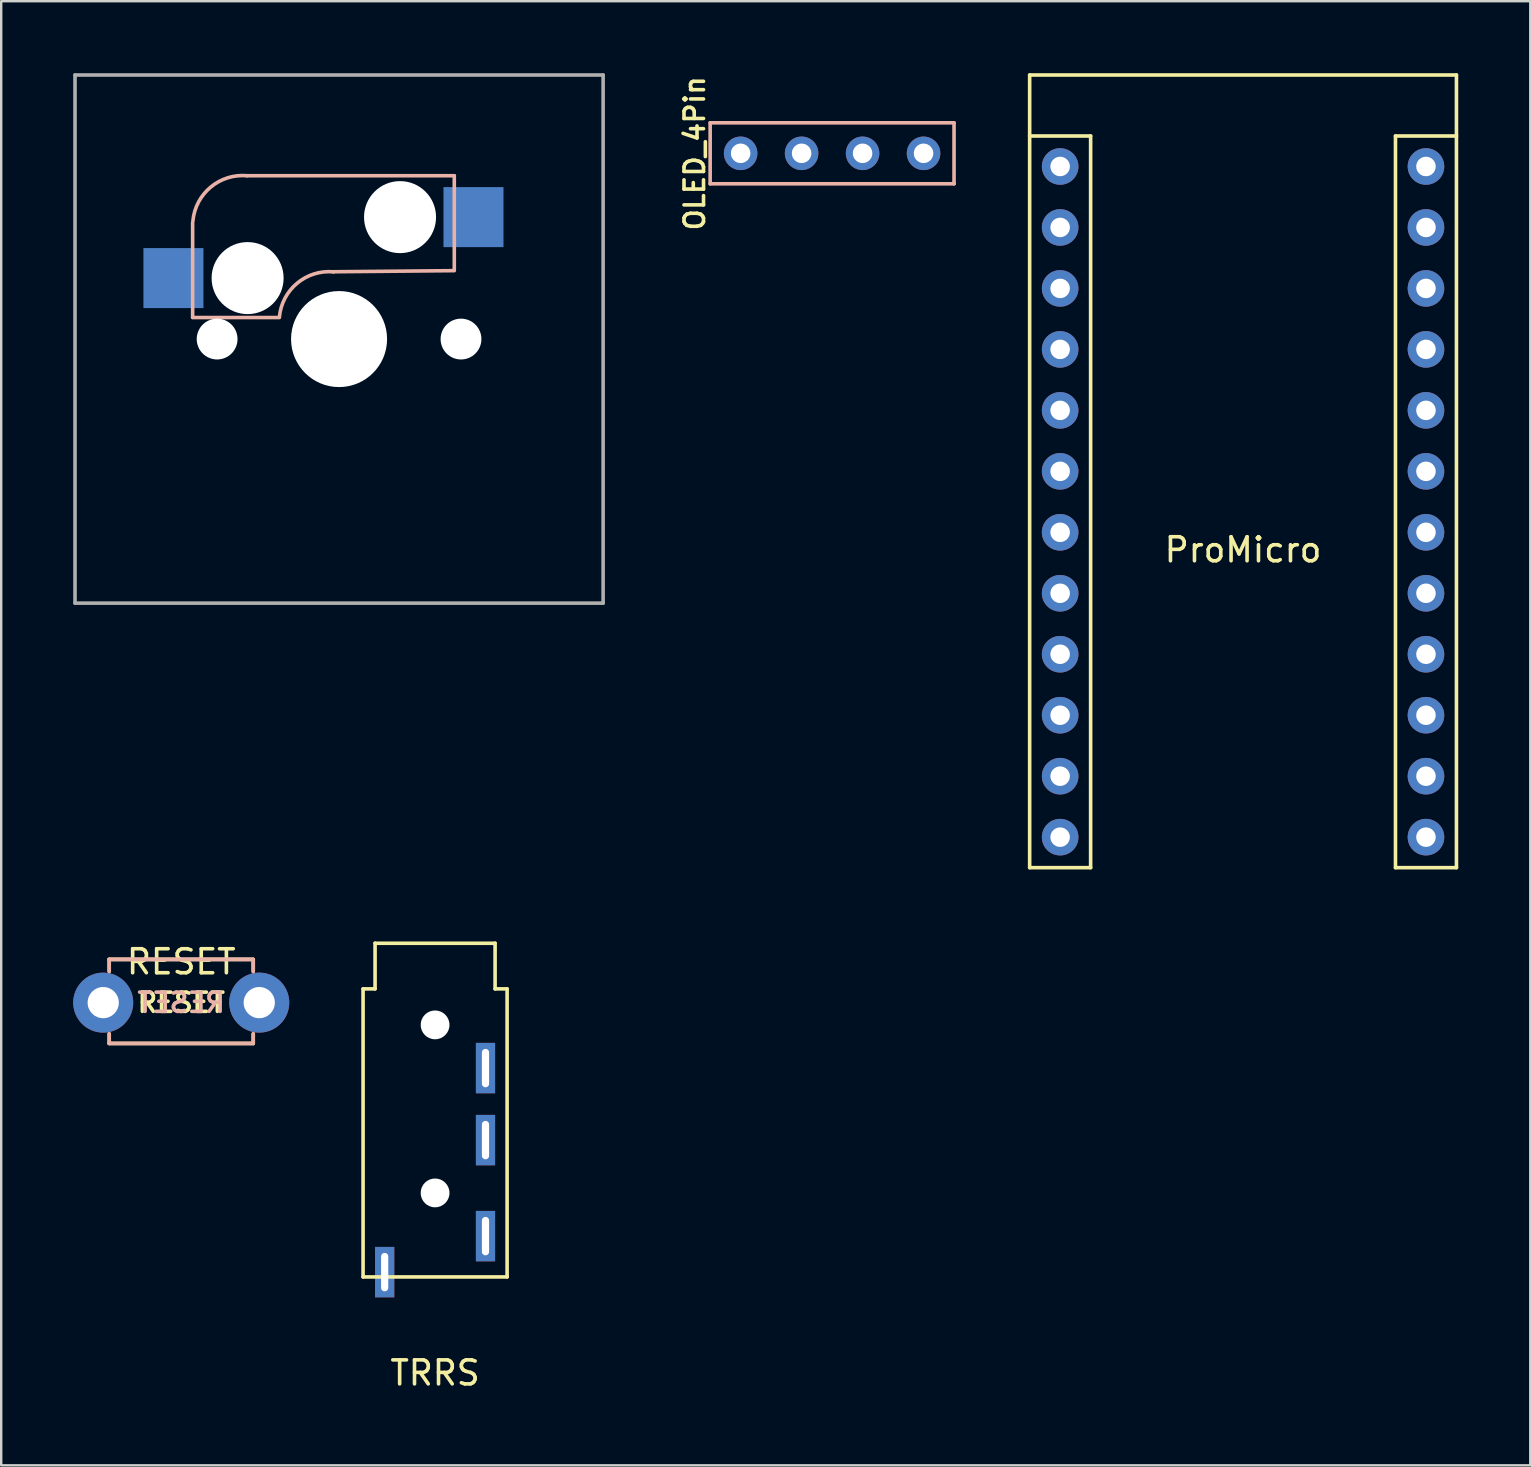
<source format=kicad_pcb>
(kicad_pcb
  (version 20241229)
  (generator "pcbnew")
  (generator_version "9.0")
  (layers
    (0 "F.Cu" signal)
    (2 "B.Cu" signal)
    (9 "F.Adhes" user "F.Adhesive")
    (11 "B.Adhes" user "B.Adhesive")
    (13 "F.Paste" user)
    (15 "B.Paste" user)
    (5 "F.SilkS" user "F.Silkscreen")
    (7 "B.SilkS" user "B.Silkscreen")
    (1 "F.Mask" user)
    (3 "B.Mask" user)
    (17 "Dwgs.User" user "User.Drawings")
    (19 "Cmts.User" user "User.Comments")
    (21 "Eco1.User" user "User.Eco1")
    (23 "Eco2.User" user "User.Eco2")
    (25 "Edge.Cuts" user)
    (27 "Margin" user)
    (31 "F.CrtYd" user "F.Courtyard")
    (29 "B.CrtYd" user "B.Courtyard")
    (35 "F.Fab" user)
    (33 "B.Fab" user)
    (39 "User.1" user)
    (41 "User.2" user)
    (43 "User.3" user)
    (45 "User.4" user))
  (footprint "TRRS"
    (layer "F.Cu")
    (at 15.075 47.145)
    (property "Reference" "TRRS" (at 0 7 0) (layer "F.SilkS") (effects (font (size 1 1) (thickness 0.15))))
    (attr through_hole)
    (fp_line (start -3 -9) (end -2.5 -9) (stroke (width 0.15) (type solid)) (layer "F.SilkS"))
    (fp_line (start -3 3) (end -3 -9) (stroke (width 0.15) (type solid)) (layer "F.SilkS"))
    (fp_line (start -2.5 -10.9) (end 2.5 -10.9) (stroke (width 0.15) (type solid)) (layer "F.SilkS"))
    (fp_line (start -2.5 -9) (end -2.5 -10.9) (stroke (width 0.15) (type solid)) (layer "F.SilkS"))
    (fp_line (start 2.5 -9) (end 2.5 -10.9) (stroke (width 0.15) (type solid)) (layer "F.SilkS"))
    (fp_line (start 3 -9) (end 2.5 -9) (stroke (width 0.15) (type solid)) (layer "F.SilkS"))
    (fp_line (start 3 -9) (end 3 3) (stroke (width 0.15) (type solid)) (layer "F.SilkS"))
    (fp_line (start 3 3) (end -3 3) (stroke (width 0.15) (type solid)) (layer "F.SilkS"))
    (pad "" np_thru_hole circle (at 0 -7.5) (size 1.2 1.2) (drill 1.2) (layers "*.Cu" "*.Mask"))
    (pad "" np_thru_hole circle (at 0 -0.5) (size 1.2 1.2) (drill 1.2) (layers "*.Cu" "*.Mask"))
    (pad "A" thru_hole rect (at -2.1 2.8) (size 0.8 2.1) (drill oval 0.3 1.6) (layers "*.Cu" "*.Mask"))
    (pad "B" thru_hole rect (at 2.1 -5.7) (size 0.8 2.1) (drill oval 0.3 1.6) (layers "*.Cu" "*.Mask"))
    (pad "C" thru_hole rect (at 2.1 -2.7) (size 0.8 2.1) (drill oval 0.3 1.6) (layers "*.Cu" "*.Mask"))
    (pad "D" thru_hole rect (at 2.1 1.3) (size 0.8 2.1) (drill oval 0.3 1.6) (layers "*.Cu" "*.Mask")))
  (footprint "RESET"
    (layer "F.Cu")
    (at 4.5 38.718)
    (property "Reference" "RESET" (at 0 -1.7 0) (layer "F.SilkS") (effects (font (size 1 1) (thickness 0.15))))
    (attr through_hole)
    (fp_line (start -3 -1.8) (end -3 -1.3) (stroke (width 0.15) (type solid)) (layer "F.SilkS"))
    (fp_line (start -3 1.7) (end -3 1.3) (stroke (width 0.15) (type solid)) (layer "F.SilkS"))
    (fp_line (start -3 1.7) (end 3 1.7) (stroke (width 0.15) (type solid)) (layer "F.SilkS"))
    (fp_line (start 3 -1.8) (end -3 -1.8) (stroke (width 0.15) (type solid)) (layer "F.SilkS"))
    (fp_line (start 3 -1.8) (end 3 -1.3) (stroke (width 0.15) (type solid)) (layer "F.SilkS"))
    (fp_line (start 3 1.7) (end 3 1.3) (stroke (width 0.15) (type solid)) (layer "F.SilkS"))
    (fp_line (start -3 -1.8) (end -3 -1.3) (stroke (width 0.15) (type solid)) (layer "B.SilkS"))
    (fp_line (start -3 -1.8) (end 2.9 -1.8) (stroke (width 0.15) (type solid)) (layer "B.SilkS"))
    (fp_line (start -3 -1.8) (end 3 -1.8) (stroke (width 0.15) (type solid)) (layer "B.SilkS"))
    (fp_line (start -3 1.7) (end -3 1.3) (stroke (width 0.15) (type solid)) (layer "B.SilkS"))
    (fp_line (start 3 -1.8) (end 3 -1.3) (stroke (width 0.15) (type solid)) (layer "B.SilkS"))
    (fp_line (start 3 1.7) (end -3 1.7) (stroke (width 0.15) (type solid)) (layer "B.SilkS"))
    (fp_line (start 3 1.7) (end 3 1.3) (stroke (width 0.15) (type solid)) (layer "B.SilkS"))
    (fp_text user "RESET" (at 0 0 0) (layer "F.SilkS") (effects (font (size 0.8 0.8) (thickness 0.15))))
    (fp_text user "RESET" (at 0 0 180) (layer "B.SilkS") (effects (font (size 0.8 0.8) (thickness 0.15)) (justify mirror)))
    (pad "1" thru_hole circle (at -3.25 0) (size 2.5 2.5) (drill 1.3) (layers "*.Cu" "*.Mask"))
    (pad "2" thru_hole circle (at 3.25 0) (size 2.5 2.5) (drill 1.3) (layers "*.Cu" "*.Mask")))
  (footprint "OLED_4Pin"
    (layer "F.Cu")
    (at 31.604 3.337)
    (property "Reference" "OLED_4Pin" (at -5.715 0 90) (layer "F.SilkS") (effects (font (size 0.813 0.813) (thickness 0.15))))
    (attr through_hole)
    (fp_line (start -5.07 -1.27) (end 5.09 -1.27) (stroke (width 0.15) (type solid)) (layer "B.SilkS"))
    (fp_line (start -5.07 1.27) (end -5.07 -1.27) (stroke (width 0.15) (type solid)) (layer "B.SilkS"))
    (fp_line (start 5.09 -1.27) (end 5.09 1.27) (stroke (width 0.15) (type solid)) (layer "B.SilkS"))
    (fp_line (start 5.09 1.27) (end -5.07 1.27) (stroke (width 0.15) (type solid)) (layer "B.SilkS"))
    (pad "1" thru_hole circle (at -3.8 0) (size 1.397 1.397) (drill 0.813) (layers "*.Cu" "*.Mask"))
    (pad "2" thru_hole circle (at -1.26 0) (size 1.397 1.397) (drill 0.813) (layers "*.Cu" "*.Mask"))
    (pad "3" thru_hole circle (at 1.28 0) (size 1.397 1.397) (drill 0.813) (layers "*.Cu" "*.Mask"))
    (pad "4" thru_hole circle (at 3.82 0) (size 1.397 1.397) (drill 0.813) (layers "*.Cu" "*.Mask")))
  (footprint "ProMicro"
    (layer "F.Cu")
    (at 48.734 17.855)
    (property "Reference" "ProMicro" (at 0 2 0) (layer "F.SilkS") (effects (font (size 1 1) (thickness 0.15))))
    (attr through_hole)
    (fp_line (start -8.89 -17.78) (end 8.89 -17.78) (stroke (width 0.15) (type solid)) (layer "F.SilkS"))
    (fp_line (start -8.89 -15.24) (end -6.35 -15.24) (stroke (width 0.15) (type solid)) (layer "F.SilkS"))
    (fp_line (start -8.89 15.24) (end -8.89 -17.78) (stroke (width 0.15) (type solid)) (layer "F.SilkS"))
    (fp_line (start -6.35 -15.24) (end -6.35 15.24) (stroke (width 0.15) (type solid)) (layer "F.SilkS"))
    (fp_line (start -6.35 15.24) (end -8.89 15.24) (stroke (width 0.15) (type solid)) (layer "F.SilkS"))
    (fp_line (start 6.35 -15.24) (end 8.89 -15.24) (stroke (width 0.15) (type solid)) (layer "F.SilkS"))
    (fp_line (start 6.35 15.24) (end 6.35 -15.24) (stroke (width 0.15) (type solid)) (layer "F.SilkS"))
    (fp_line (start 8.89 -17.78) (end 8.89 15.24) (stroke (width 0.15) (type solid)) (layer "F.SilkS"))
    (fp_line (start 8.89 15.24) (end 6.35 15.24) (stroke (width 0.15) (type solid)) (layer "F.SilkS"))
    (pad "1" thru_hole circle (at -7.62 -13.97) (size 1.524 1.524) (drill 0.813) (layers "*.Cu" "*.Mask"))
    (pad "2" thru_hole circle (at -7.62 -11.43) (size 1.524 1.524) (drill 0.813) (layers "*.Cu" "*.Mask"))
    (pad "3" thru_hole circle (at -7.62 -8.89) (size 1.524 1.524) (drill 0.813) (layers "*.Cu" "*.Mask"))
    (pad "4" thru_hole circle (at -7.62 -6.35) (size 1.524 1.524) (drill 0.813) (layers "*.Cu" "*.Mask"))
    (pad "5" thru_hole circle (at -7.62 -3.81) (size 1.524 1.524) (drill 0.813) (layers "*.Cu" "*.Mask"))
    (pad "6" thru_hole circle (at -7.62 -1.27) (size 1.524 1.524) (drill 0.813) (layers "*.Cu" "*.Mask"))
    (pad "7" thru_hole circle (at -7.62 1.27) (size 1.524 1.524) (drill 0.813) (layers "*.Cu" "*.Mask"))
    (pad "8" thru_hole circle (at -7.62 3.81) (size 1.524 1.524) (drill 0.813) (layers "*.Cu" "*.Mask"))
    (pad "9" thru_hole circle (at -7.62 6.35) (size 1.524 1.524) (drill 0.813) (layers "*.Cu" "*.Mask"))
    (pad "10" thru_hole circle (at -7.62 8.89) (size 1.524 1.524) (drill 0.813) (layers "*.Cu" "*.Mask"))
    (pad "11" thru_hole circle (at -7.62 11.43) (size 1.524 1.524) (drill 0.813) (layers "*.Cu" "*.Mask"))
    (pad "12" thru_hole circle (at -7.62 13.97) (size 1.524 1.524) (drill 0.813) (layers "*.Cu" "*.Mask"))
    (pad "13" thru_hole circle (at 7.62 13.97) (size 1.524 1.524) (drill 0.813) (layers "*.Cu" "*.Mask"))
    (pad "14" thru_hole circle (at 7.62 11.43) (size 1.524 1.524) (drill 0.813) (layers "*.Cu" "*.Mask"))
    (pad "15" thru_hole circle (at 7.62 8.89) (size 1.524 1.524) (drill 0.813) (layers "*.Cu" "*.Mask"))
    (pad "16" thru_hole circle (at 7.62 6.35) (size 1.524 1.524) (drill 0.813) (layers "*.Cu" "*.Mask"))
    (pad "17" thru_hole circle (at 7.62 3.81) (size 1.524 1.524) (drill 0.813) (layers "*.Cu" "*.Mask"))
    (pad "18" thru_hole circle (at 7.62 1.27) (size 1.524 1.524) (drill 0.813) (layers "*.Cu" "*.Mask"))
    (pad "19" thru_hole circle (at 7.62 -1.27) (size 1.524 1.524) (drill 0.813) (layers "*.Cu" "*.Mask"))
    (pad "20" thru_hole circle (at 7.62 -3.81) (size 1.524 1.524) (drill 0.813) (layers "*.Cu" "*.Mask"))
    (pad "21" thru_hole circle (at 7.62 -6.35) (size 1.524 1.524) (drill 0.813) (layers "*.Cu" "*.Mask"))
    (pad "22" thru_hole circle (at 7.62 -8.89) (size 1.524 1.524) (drill 0.813) (layers "*.Cu" "*.Mask"))
    (pad "23" thru_hole circle (at 7.62 -11.43) (size 1.524 1.524) (drill 0.813) (layers "*.Cu" "*.Mask"))
    (pad "24" thru_hole circle (at 7.62 -13.97) (size 1.524 1.524) (drill 0.813) (layers "*.Cu" "*.Mask")))
  (footprint "MX_Socket"
    (layer "F.Cu")
    (at 11.075 11.075)
    (property "Reference" "MX_Socket" (at 7 8 0) (layer "Eco2.User") (effects (font (size 1 1) (thickness 0.15))))
    (attr through_hole)
    (fp_line (start -6.1 -4.85) (end -6.1 -0.905) (stroke (width 0.15) (type solid)) (layer "B.SilkS"))
    (fp_line (start -6.1 -0.896) (end -2.49 -0.896) (stroke (width 0.15) (type solid)) (layer "B.SilkS"))
    (fp_line (start 4.8 -6.804) (end -3.825 -6.804) (stroke (width 0.15) (type solid)) (layer "B.SilkS"))
    (fp_line (start 4.8 -2.896) (end 4.8 -6.804) (stroke (width 0.15) (type solid)) (layer "B.SilkS"))
    (fp_line (start 4.8 -2.85) (end -0.25 -2.804) (stroke (width 0.15) (type solid)) (layer "B.SilkS"))
    (fp_arc (start -6.089 -4.92) (mid -5.347189 -6.33089) (end -3.825 -6.804) (stroke (width 0.15) (type solid)) (layer "B.SilkS"))
    (fp_arc (start -2.485 -0.92) (mid -1.744361 -2.328061) (end -0.225 -2.8) (stroke (width 0.15) (type solid)) (layer "B.SilkS"))
    (fp_line (start -9.25 -9.25) (end 9.25 -9.25) (stroke (width 0.15) (type solid)) (layer "Eco2.User"))
    (fp_line (start -9.25 9.25) (end -9.25 -9.25) (stroke (width 0.15) (type solid)) (layer "Eco2.User"))
    (fp_line (start -7 -7) (end 7 -7) (stroke (width 0.15) (type solid)) (layer "Eco2.User"))
    (fp_line (start -7 7) (end -7 -7) (stroke (width 0.15) (type solid)) (layer "Eco2.User"))
    (fp_line (start 7 -7) (end 7 7) (stroke (width 0.15) (type solid)) (layer "Eco2.User"))
    (fp_line (start 7 7) (end -7 7) (stroke (width 0.15) (type solid)) (layer "Eco2.User"))
    (fp_line (start 9.25 -9.25) (end 9.25 9.25) (stroke (width 0.15) (type solid)) (layer "Eco2.User"))
    (fp_line (start 9.25 9.25) (end -9.25 9.25) (stroke (width 0.15) (type solid)) (layer "Eco2.User"))
    (fp_line (start -11 -11) (end -11 11) (stroke (width 0.15) (type solid)) (layer "F.Fab"))
    (fp_line (start -11 11) (end 11 11) (stroke (width 0.15) (type solid)) (layer "F.Fab"))
    (fp_line (start 11 -11) (end -11 -11) (stroke (width 0.15) (type solid)) (layer "F.Fab"))
    (fp_line (start 11 11) (end 11 -11) (stroke (width 0.15) (type solid)) (layer "F.Fab"))
    (pad "" np_thru_hole circle (at -5.08 0) (size 1.7 1.7) (drill 1.7) (layers "*.Cu" "*.Mask"))
    (pad "" np_thru_hole circle (at -3.825 -2.58 180) (size 0.1 0.1) (drill 0.1) (layers "*.Cu" "*.Mask"))
    (pad "" np_thru_hole circle (at -3.81 -2.54 180) (size 3 3) (drill 3) (layers "*.Cu" "*.Mask"))
    (pad "" np_thru_hole circle (at 0 0 90) (size 4 4) (drill 4) (layers "*.Cu" "*.Mask"))
    (pad "" np_thru_hole circle (at 2.54 -5.08 180) (size 3 3) (drill 3) (layers "*.Cu" "*.Mask"))
    (pad "" np_thru_hole circle (at 5.08 0) (size 1.7 1.7) (drill 1.7) (layers "*.Cu" "*.Mask"))
    (pad "1" smd rect (at -6.9 -2.54 180) (size 2.5 2.5) (layers "B.Cu" "B.Mask" "B.Paste"))
    (pad "2" smd rect (at 5.6 -5.08 180) (size 2.5 2.5) (layers "B.Cu" "B.Mask" "B.Paste")))
  (gr_rect
    (start -3 -3)
    (end 60.699 57.993)
    (stroke (width 0.1) (type default))
    (fill no)
    (layer "Edge.Cuts")))
</source>
